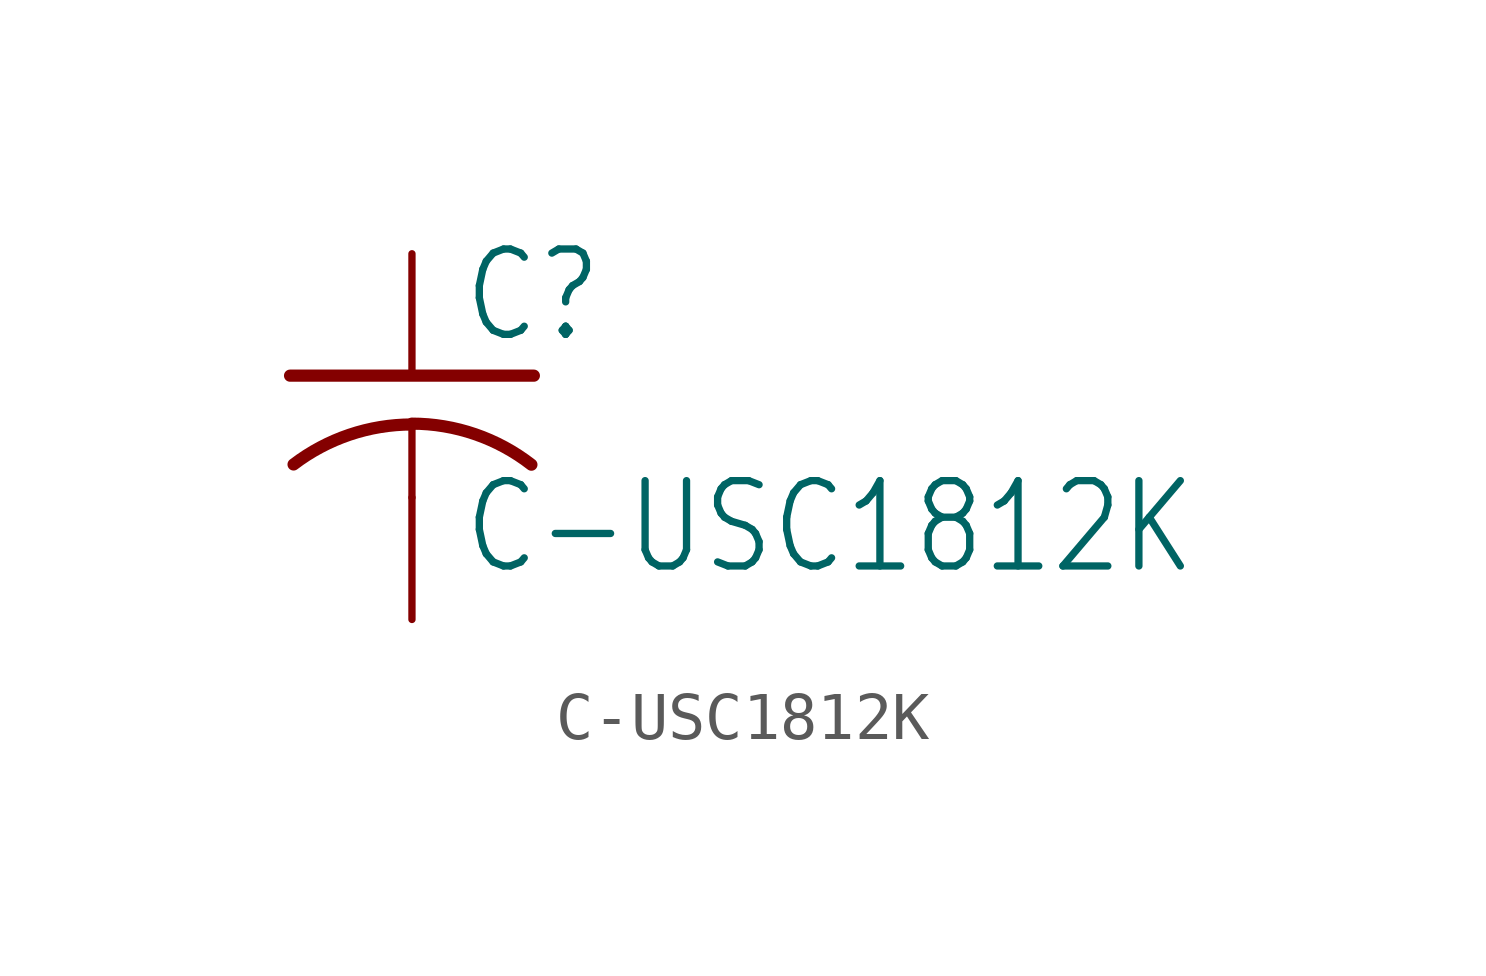
<source format=kicad_sym>
(kicad_symbol_lib
  (version 20211014)
  (generator kicad_symbol_editor)
  (symbol "C-USC1812K"
    (property "Reference" "C"
      (at 1.016 0.635 0)
      (effects (font (size 1.778 1.511)) (justify left bottom)))
    (property "Value" "C-USC1812K"
      (at 1.016 -4.191 0)
      (effects (font (size 1.778 1.511)) (justify left bottom)))
    (property "ki_locked" ""
      (at 0 0 0)
      (effects (font (size 1.27 1.27))))
    (symbol "C-USC1812K_1_0"
      (arc (start 0 -1.0161) (mid -1.302 -1.2303) (end -2.4668 -1.8504) (stroke (width 0.254) (type default) (color 0 0 0 0)) (fill (type none)))
      (polyline (pts (xy -2.54 0) (xy 2.54 0)) (stroke (width 0.254) (type default) (color 0 0 0 0)) (fill (type none)))
      (polyline (pts (xy 0 -1.016) (xy 0 -2.54)) (stroke (width 0.152) (type default) (color 0 0 0 0)) (fill (type none)))
      (arc (start 2.4892 -1.8542) (mid 1.3158 -1.2195) (end 0 -1) (stroke (width 0.254) (type default) (color 0 0 0 0)) (fill (type none)))
      (pin passive line (at 0 2.54 270) (length 2.54) (name "1" (effects (font (size 0 0)))) (number "1" (effects (font (size 0 0)))))
      (pin passive line (at 0 -5.08 90) (length 2.54) (name "2" (effects (font (size 0 0)))) (number "2" (effects (font (size 0 0))))))))
</source>
